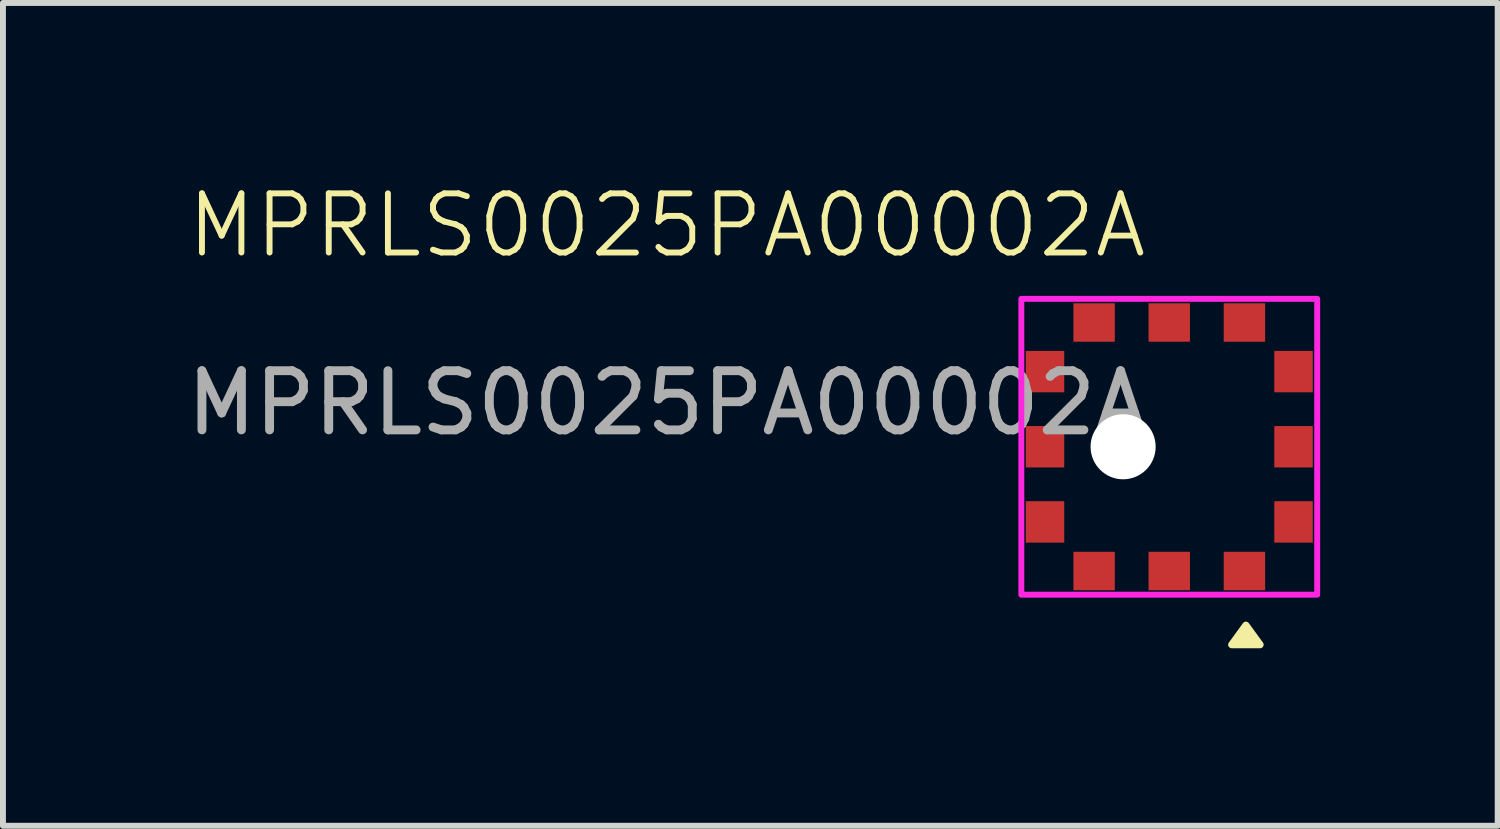
<source format=kicad_pcb>
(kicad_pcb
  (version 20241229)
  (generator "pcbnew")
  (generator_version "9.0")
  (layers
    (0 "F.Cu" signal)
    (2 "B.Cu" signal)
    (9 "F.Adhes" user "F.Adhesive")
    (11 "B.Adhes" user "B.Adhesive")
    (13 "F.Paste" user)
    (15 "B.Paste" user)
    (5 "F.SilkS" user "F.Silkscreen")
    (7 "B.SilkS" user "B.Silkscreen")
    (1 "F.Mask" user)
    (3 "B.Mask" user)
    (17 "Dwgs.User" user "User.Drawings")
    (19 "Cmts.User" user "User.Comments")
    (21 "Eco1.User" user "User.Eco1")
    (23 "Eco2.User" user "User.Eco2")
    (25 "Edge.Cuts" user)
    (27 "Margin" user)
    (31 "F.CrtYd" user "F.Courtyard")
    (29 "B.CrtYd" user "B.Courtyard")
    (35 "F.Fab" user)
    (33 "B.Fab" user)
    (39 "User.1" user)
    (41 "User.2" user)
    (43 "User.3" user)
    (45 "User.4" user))
  (footprint "MPRLS0025PA00002A"
    (layer "F.Cu")
    (at 8.22 1.26)
    (property "Reference" "MPRLS0025PA00002A" (at 0 -0.5 0) (unlocked yes) (layer "F.SilkS") (effects (font (size 1 1) (thickness 0.1))))
    (attr smd)
    (fp_poly (pts (xy 9.785 6.255) (xy 10.025 6.585) (xy 9.545 6.585) (xy 9.785 6.255)) (stroke (width 0.12) (type solid)) (fill yes) (layer "F.SilkS"))
    (fp_rect (start 5.99 0.74) (end 10.99 5.74) (stroke (width 0.1) (type solid)) (fill no) (layer "F.CrtYd"))
    (fp_text user "${REFERENCE}" (at 0 2.5 0) (unlocked yes) (layer "F.Fab") (effects (font (size 1 1) (thickness 0.15))))
    (pad "" np_thru_hole circle (at 7.71 3.24 270) (size 1.1 1.1) (drill 1.1) (layers "*.Cu" "*.Mask"))
    (pad "1" smd rect (at 9.76 5.34) (size 0.7 0.65) (layers "F.Cu" "F.Mask" "F.Paste"))
    (pad "2" smd rect (at 8.49 5.34) (size 0.7 0.65) (layers "F.Cu" "F.Mask" "F.Paste"))
    (pad "3" smd rect (at 7.22 5.34) (size 0.7 0.65) (layers "F.Cu" "F.Mask" "F.Paste"))
    (pad "4" smd rect (at 6.39 4.51 90) (size 0.7 0.65) (layers "F.Cu" "F.Mask" "F.Paste"))
    (pad "5" smd rect (at 6.39 3.24 90) (size 0.7 0.65) (layers "F.Cu" "F.Mask" "F.Paste"))
    (pad "6" smd rect (at 6.39 1.97 90) (size 0.7 0.65) (layers "F.Cu" "F.Mask" "F.Paste"))
    (pad "7" smd rect (at 7.22 1.14) (size 0.7 0.65) (layers "F.Cu" "F.Mask" "F.Paste"))
    (pad "8" smd rect (at 8.49 1.14) (size 0.7 0.65) (layers "F.Cu" "F.Mask" "F.Paste"))
    (pad "9" smd rect (at 9.76 1.14) (size 0.7 0.65) (layers "F.Cu" "F.Mask" "F.Paste"))
    (pad "10" smd rect (at 10.59 1.97 270) (size 0.7 0.65) (layers "F.Cu" "F.Mask" "F.Paste"))
    (pad "11" smd rect (at 10.59 3.24 270) (size 0.7 0.65) (layers "F.Cu" "F.Mask" "F.Paste"))
    (pad "12" smd rect (at 10.59 4.51 270) (size 0.7 0.65) (layers "F.Cu" "F.Mask" "F.Paste")))
  (gr_rect
    (start -3 -3)
    (end 22.26 10.905)
    (stroke (width 0.1) (type default))
    (fill no)
    (layer "Edge.Cuts")))
</source>
